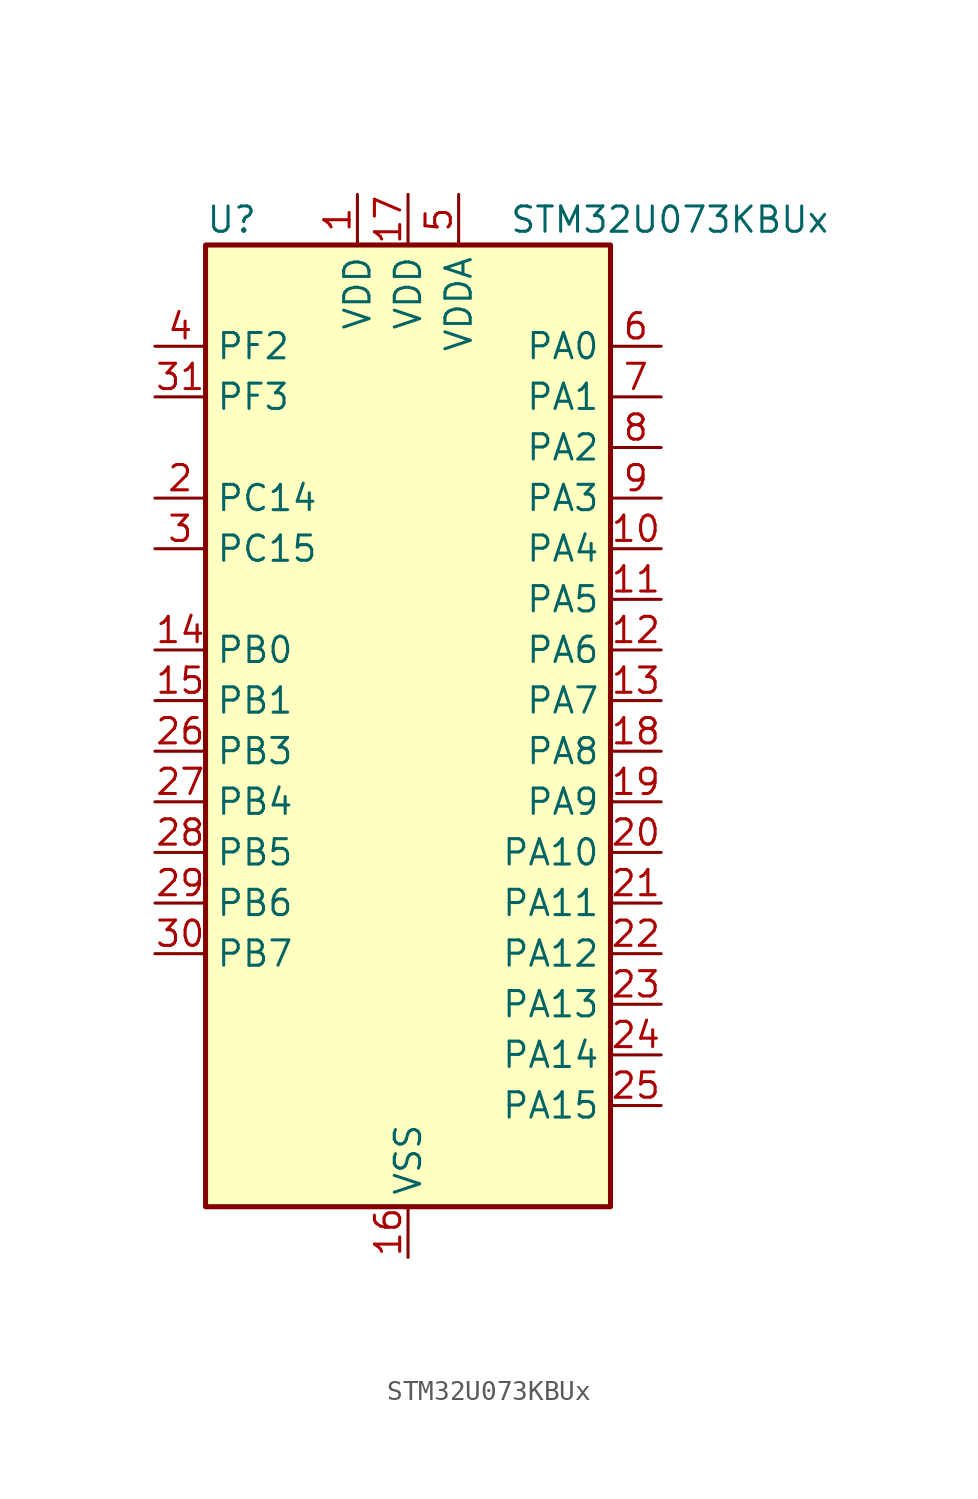
<source format=kicad_sym>
(kicad_symbol_lib
  (version 20241209)
  (generator "kicad_symbol_editor")
  (generator_version "9.0")
  (symbol "STM32U073KBUx"
    (property "Reference" "U"
      (at -10.16 26.67 0)
      (effects (font (size 1.27 1.27)) (justify left)))
    (property "Value" "STM32U073KBUx"
      (at 5.08 26.67 0)
      (effects (font (size 1.27 1.27)) (justify left)))
    (symbol "STM32U073KBUx_0_1"
      (rectangle (start -10.16 -22.86) (end 10.16 25.4) (stroke (width 0.254) (type default)) (fill (type background))))
    (symbol "STM32U073KBUx_1_1"
      (pin bidirectional line (at -12.7 20.32 0) (length 2.54) (name "PF2" (effects (font (size 1.27 1.27)))) (number "4" (effects (font (size 1.27 1.27)))) (alternate "RCC_MCO" bidirectional line))
      (pin bidirectional line (at -12.7 17.78 0) (length 2.54) (name "PF3" (effects (font (size 1.27 1.27)))) (number "31" (effects (font (size 1.27 1.27)))))
      (pin bidirectional line (at -12.7 12.7 0) (length 2.54) (name "PC14" (effects (font (size 1.27 1.27)))) (number "2" (effects (font (size 1.27 1.27)))) (alternate "RCC_OSC32_IN" bidirectional line))
      (pin bidirectional line (at -12.7 10.16 0) (length 2.54) (name "PC15" (effects (font (size 1.27 1.27)))) (number "3" (effects (font (size 1.27 1.27)))) (alternate "RCC_OSC32_EN" bidirectional line) (alternate "RCC_OSC32_OUT" bidirectional line) (alternate "RCC_OSC_EN" bidirectional line))
      (pin bidirectional line (at -12.7 5.08 0) (length 2.54) (name "PB0" (effects (font (size 1.27 1.27)))) (number "14" (effects (font (size 1.27 1.27)))) (alternate "ADC1_IN17" bidirectional line) (alternate "COMP1_OUT" bidirectional line) (alternate "LCD_SEG5" bidirectional line) (alternate "LPTIM3_CH1" bidirectional line) (alternate "LPUART2_CTS" bidirectional line) (alternate "SPI1_NSS" bidirectional line) (alternate "TIM1_CH2N" bidirectional line) (alternate "TIM3_CH3" bidirectional line) (alternate "TSC_G5_IO2" bidirectional line) (alternate "USART3_CK" bidirectional line))
      (pin bidirectional line (at -12.7 2.54 0) (length 2.54) (name "PB1" (effects (font (size 1.27 1.27)))) (number "15" (effects (font (size 1.27 1.27)))) (alternate "ADC1_IN18" bidirectional line) (alternate "COMP1_INM" bidirectional line) (alternate "LCD_SEG6" bidirectional line) (alternate "LPTIM2_IN1" bidirectional line) (alternate "LPTIM3_CH2" bidirectional line) (alternate "LPUART1_DE" bidirectional line) (alternate "LPUART1_RTS" bidirectional line) (alternate "LPUART2_DE" bidirectional line) (alternate "LPUART2_RTS" bidirectional line) (alternate "TIM1_CH3N" bidirectional line) (alternate "TIM3_CH4" bidirectional line) (alternate "TSC_SYNC" bidirectional line) (alternate "USART3_DE" bidirectional line) (alternate "USART3_RTS" bidirectional line))
      (pin bidirectional line (at -12.7 0 0) (length 2.54) (name "PB3" (effects (font (size 1.27 1.27)))) (number "26" (effects (font (size 1.27 1.27)))) (alternate "COMP2_INM" bidirectional line) (alternate "DEBUG_JTDO-SWO" bidirectional line) (alternate "I2C2_SCL" bidirectional line) (alternate "I2C3_SCL" bidirectional line) (alternate "LCD_SEG7" bidirectional line) (alternate "LPTIM1_CH3" bidirectional line) (alternate "SPI1_SCK" bidirectional line) (alternate "SPI3_SCK" bidirectional line) (alternate "TIM2_CH2" bidirectional line) (alternate "USART1_DE" bidirectional line) (alternate "USART1_RTS" bidirectional line))
      (pin bidirectional line (at -12.7 -2.54 0) (length 2.54) (name "PB4" (effects (font (size 1.27 1.27)))) (number "27" (effects (font (size 1.27 1.27)))) (alternate "COMP2_INP" bidirectional line) (alternate "I2C2_SDA" bidirectional line) (alternate "I2C3_SDA" bidirectional line) (alternate "LCD_SEG8" bidirectional line) (alternate "LPTIM1_CH4" bidirectional line) (alternate "LPUART3_DE" bidirectional line) (alternate "LPUART3_RTS" bidirectional line) (alternate "SPI1_MISO" bidirectional line) (alternate "SPI3_MISO" bidirectional line) (alternate "TIM3_CH1" bidirectional line) (alternate "TSC_G2_IO1" bidirectional line) (alternate "USART1_CTS" bidirectional line))
      (pin bidirectional line (at -12.7 -5.08 0) (length 2.54) (name "PB5" (effects (font (size 1.27 1.27)))) (number "28" (effects (font (size 1.27 1.27)))) (alternate "COMP2_OUT" bidirectional line) (alternate "LCD_SEG9" bidirectional line) (alternate "LPTIM1_IN1" bidirectional line) (alternate "LPUART3_CTS" bidirectional line) (alternate "SPI1_MOSI" bidirectional line) (alternate "SPI3_MOSI" bidirectional line) (alternate "TIM16_BKIN" bidirectional line) (alternate "TIM3_CH2" bidirectional line) (alternate "TSC_G2_IO2" bidirectional line) (alternate "USART1_CK" bidirectional line))
      (pin bidirectional line (at -12.7 -7.62 0) (length 2.54) (name "PB6" (effects (font (size 1.27 1.27)))) (number "29" (effects (font (size 1.27 1.27)))) (alternate "COMP2_INP" bidirectional line) (alternate "I2C1_SCL" bidirectional line) (alternate "I2C2_SCL" bidirectional line) (alternate "I2C4_SCL" bidirectional line) (alternate "LPTIM1_ETR" bidirectional line) (alternate "LPUART2_TX" bidirectional line) (alternate "LPUART3_TX" bidirectional line) (alternate "TIM16_CH1N" bidirectional line) (alternate "TSC_G2_IO3" bidirectional line) (alternate "USART1_TX" bidirectional line))
      (pin bidirectional line (at -12.7 -10.16 0) (length 2.54) (name "PB7" (effects (font (size 1.27 1.27)))) (number "30" (effects (font (size 1.27 1.27)))) (alternate "COMP2_INM" bidirectional line) (alternate "I2C1_SDA" bidirectional line) (alternate "I2C2_SDA" bidirectional line) (alternate "I2C4_SDA" bidirectional line) (alternate "LCD_SEG21" bidirectional line) (alternate "LPTIM1_IN2" bidirectional line) (alternate "LPUART2_RX" bidirectional line) (alternate "LPUART3_RX" bidirectional line) (alternate "PWR_PVD_IN" bidirectional line) (alternate "TSC_G2_IO4" bidirectional line) (alternate "USART1_RX" bidirectional line) (alternate "USART4_CTS" bidirectional line))
      (pin power_in line (at -2.54 27.94 270) (length 2.54) (name "VDD" (effects (font (size 1.27 1.27)))) (number "1" (effects (font (size 1.27 1.27)))))
      (pin power_in line (at 0 27.94 270) (length 2.54) (name "VDD" (effects (font (size 1.27 1.27)))) (number "17" (effects (font (size 1.27 1.27)))))
      (pin power_in line (at 0 -25.4 90) (length 2.54) (name "VSS" (effects (font (size 1.27 1.27)))) (number "16" (effects (font (size 1.27 1.27)))))
      (pin passive line (at 0 -25.4 90) (length 2.54) (hide yes) (name "VSS" (effects (font (size 1.27 1.27)))) (number "32" (effects (font (size 1.27 1.27)))))
      (pin passive line (at 0 -25.4 90) (length 2.54) (hide yes) (name "VSS" (effects (font (size 1.27 1.27)))) (number "33" (effects (font (size 1.27 1.27)))))
      (pin power_in line (at 2.54 27.94 270) (length 2.54) (name "VDDA" (effects (font (size 1.27 1.27)))) (number "5" (effects (font (size 1.27 1.27)))))
      (pin bidirectional line (at 12.7 20.32 180) (length 2.54) (name "PA0" (effects (font (size 1.27 1.27)))) (number "6" (effects (font (size 1.27 1.27)))) (alternate "ADC1_IN4" bidirectional line) (alternate "COMP1_INM" bidirectional line) (alternate "COMP1_OUT" bidirectional line) (alternate "LCD_SEG42" bidirectional line) (alternate "OPAMP1_VINP" bidirectional line) (alternate "PWR_WKUP1" bidirectional line) (alternate "TAMP_IN2" bidirectional line) (alternate "TIM2_CH1" bidirectional line) (alternate "TIM2_ETR" bidirectional line) (alternate "USART2_CTS" bidirectional line) (alternate "USART4_TX" bidirectional line))
      (pin bidirectional line (at 12.7 17.78 180) (length 2.54) (name "PA1" (effects (font (size 1.27 1.27)))) (number "7" (effects (font (size 1.27 1.27)))) (alternate "ADC1_IN5" bidirectional line) (alternate "COMP1_INP" bidirectional line) (alternate "LCD_SEG0" bidirectional line) (alternate "LPTIM1_CH2" bidirectional line) (alternate "OPAMP1_VINM" bidirectional line) (alternate "PWR_WKUP3" bidirectional line) (alternate "SPI1_SCK" bidirectional line) (alternate "SPI2_SCK" bidirectional line) (alternate "TAMP_IN5" bidirectional line) (alternate "TIM15_CH1N" bidirectional line) (alternate "TIM2_CH2" bidirectional line) (alternate "USART2_DE" bidirectional line) (alternate "USART2_RTS" bidirectional line) (alternate "USART4_RX" bidirectional line))
      (pin bidirectional line (at 12.7 15.24 180) (length 2.54) (name "PA2" (effects (font (size 1.27 1.27)))) (number "8" (effects (font (size 1.27 1.27)))) (alternate "ADC1_IN6" bidirectional line) (alternate "COMP2_INM" bidirectional line) (alternate "COMP2_OUT" bidirectional line) (alternate "LCD_SEG1" bidirectional line) (alternate "LPUART1_TX" bidirectional line) (alternate "PWR_WKUP4" bidirectional line) (alternate "RCC_LSCO" bidirectional line) (alternate "TIM15_CH1" bidirectional line) (alternate "TIM2_CH3" bidirectional line) (alternate "USART2_TX" bidirectional line))
      (pin bidirectional line (at 12.7 12.7 180) (length 2.54) (name "PA3" (effects (font (size 1.27 1.27)))) (number "9" (effects (font (size 1.27 1.27)))) (alternate "ADC1_IN7" bidirectional line) (alternate "COMP2_INP" bidirectional line) (alternate "LCD_SEG2" bidirectional line) (alternate "LPUART1_RX" bidirectional line) (alternate "OPAMP1_VOUT" bidirectional line) (alternate "TIM15_CH2" bidirectional line) (alternate "TIM2_CH4" bidirectional line) (alternate "USART2_RX" bidirectional line))
      (pin bidirectional line (at 12.7 10.16 180) (length 2.54) (name "PA4" (effects (font (size 1.27 1.27)))) (number "10" (effects (font (size 1.27 1.27)))) (alternate "ADC1_IN8" bidirectional line) (alternate "COMP1_INM" bidirectional line) (alternate "COMP2_INM" bidirectional line) (alternate "DAC1_OUT1" bidirectional line) (alternate "LCD_SEG43" bidirectional line) (alternate "LPTIM2_CH1" bidirectional line) (alternate "LPUART3_TX" bidirectional line) (alternate "SPI1_NSS" bidirectional line) (alternate "SPI3_NSS" bidirectional line) (alternate "USART2_CK" bidirectional line))
      (pin bidirectional line (at 12.7 7.62 180) (length 2.54) (name "PA5" (effects (font (size 1.27 1.27)))) (number "11" (effects (font (size 1.27 1.27)))) (alternate "ADC1_IN9" bidirectional line) (alternate "COMP1_INM" bidirectional line) (alternate "COMP2_INM" bidirectional line) (alternate "LCD_SEG44" bidirectional line) (alternate "LPTIM2_ETR" bidirectional line) (alternate "LPUART3_RX" bidirectional line) (alternate "SPI1_SCK" bidirectional line) (alternate "TIM2_CH1" bidirectional line) (alternate "TIM2_ETR" bidirectional line) (alternate "USART3_TX" bidirectional line))
      (pin bidirectional line (at 12.7 5.08 180) (length 2.54) (name "PA6" (effects (font (size 1.27 1.27)))) (number "12" (effects (font (size 1.27 1.27)))) (alternate "ADC1_IN10" bidirectional line) (alternate "COMP1_OUT" bidirectional line) (alternate "I2C2_SDA" bidirectional line) (alternate "I2C3_SDA" bidirectional line) (alternate "LCD_SEG3" bidirectional line) (alternate "LPUART1_CTS" bidirectional line) (alternate "SPI1_MISO" bidirectional line) (alternate "TIM16_CH1" bidirectional line) (alternate "TIM1_BKIN" bidirectional line) (alternate "TIM3_CH1" bidirectional line) (alternate "TSC_G5_IO1" bidirectional line) (alternate "USART3_CTS" bidirectional line))
      (pin bidirectional line (at 12.7 2.54 180) (length 2.54) (name "PA7" (effects (font (size 1.27 1.27)))) (number "13" (effects (font (size 1.27 1.27)))) (alternate "ADC1_IN14" bidirectional line) (alternate "COMP2_OUT" bidirectional line) (alternate "I2C2_SCL" bidirectional line) (alternate "I2C3_SCL" bidirectional line) (alternate "LCD_SEG4" bidirectional line) (alternate "LPTIM2_CH2" bidirectional line) (alternate "SPI1_MOSI" bidirectional line) (alternate "TIM1_CH1N" bidirectional line) (alternate "TIM3_CH2" bidirectional line) (alternate "USART3_RX" bidirectional line))
      (pin bidirectional line (at 12.7 0 180) (length 2.54) (name "PA8" (effects (font (size 1.27 1.27)))) (number "18" (effects (font (size 1.27 1.27)))) (alternate "LCD_COM0" bidirectional line) (alternate "LPTIM2_CH1" bidirectional line) (alternate "RCC_MCO" bidirectional line) (alternate "RCC_MCO2" bidirectional line) (alternate "TIM1_CH1" bidirectional line) (alternate "TSC_G7_IO1" bidirectional line) (alternate "USART1_CK" bidirectional line))
      (pin bidirectional line (at 12.7 -2.54 180) (length 2.54) (name "PA9" (effects (font (size 1.27 1.27)))) (number "19" (effects (font (size 1.27 1.27)))) (alternate "COMP1_INP" bidirectional line) (alternate "DAC1_EXTI9" bidirectional line) (alternate "I2C1_SCL" bidirectional line) (alternate "I2C2_SCL" bidirectional line) (alternate "LCD_COM1" bidirectional line) (alternate "RCC_MCO" bidirectional line) (alternate "TIM15_BKIN" bidirectional line) (alternate "TIM1_CH2" bidirectional line) (alternate "TSC_G7_IO2" bidirectional line) (alternate "USART1_TX" bidirectional line))
      (pin bidirectional line (at 12.7 -5.08 180) (length 2.54) (name "PA10" (effects (font (size 1.27 1.27)))) (number "20" (effects (font (size 1.27 1.27)))) (alternate "CRS_SYNC" bidirectional line) (alternate "I2C1_SDA" bidirectional line) (alternate "I2C2_SDA" bidirectional line) (alternate "LCD_COM2" bidirectional line) (alternate "RCC_MCO2" bidirectional line) (alternate "SPI2_NSS" bidirectional line) (alternate "TIM1_CH3" bidirectional line) (alternate "TSC_G7_IO3" bidirectional line) (alternate "USART1_RX" bidirectional line))
      (pin bidirectional line (at 12.7 -7.62 180) (length 2.54) (name "PA11" (effects (font (size 1.27 1.27)))) (number "21" (effects (font (size 1.27 1.27)))) (alternate "ADC1_EXTI11" bidirectional line) (alternate "COMP1_OUT" bidirectional line) (alternate "SPI1_MISO" bidirectional line) (alternate "SPI2_MISO" bidirectional line) (alternate "TIM1_BKIN2" bidirectional line) (alternate "TIM1_CH4" bidirectional line) (alternate "USART1_CTS" bidirectional line) (alternate "USB_DM" bidirectional line))
      (pin bidirectional line (at 12.7 -10.16 180) (length 2.54) (name "PA12" (effects (font (size 1.27 1.27)))) (number "22" (effects (font (size 1.27 1.27)))) (alternate "SPI1_MOSI" bidirectional line) (alternate "SPI2_MOSI" bidirectional line) (alternate "TIM1_ETR" bidirectional line) (alternate "USART1_DE" bidirectional line) (alternate "USART1_RTS" bidirectional line) (alternate "USB_DP" bidirectional line))
      (pin bidirectional line (at 12.7 -12.7 180) (length 2.54) (name "PA13" (effects (font (size 1.27 1.27)))) (number "23" (effects (font (size 1.27 1.27)))) (alternate "DEBUG_JTMS-SWDIO" bidirectional line) (alternate "IR_OUT" bidirectional line) (alternate "LCD_SEG40" bidirectional line) (alternate "TSC_G7_IO4" bidirectional line) (alternate "USB_NOE" bidirectional line))
      (pin bidirectional line (at 12.7 -15.24 180) (length 2.54) (name "PA14" (effects (font (size 1.27 1.27)))) (number "24" (effects (font (size 1.27 1.27)))) (alternate "DEBUG_JTCK-SWCLK" bidirectional line) (alternate "LCD_SEG41" bidirectional line) (alternate "LPTIM1_CH1" bidirectional line) (alternate "TSC_G3_IO4" bidirectional line))
      (pin bidirectional line (at 12.7 -17.78 180) (length 2.54) (name "PA15" (effects (font (size 1.27 1.27)))) (number "25" (effects (font (size 1.27 1.27)))) (alternate "DEBUG_JTDI" bidirectional line) (alternate "LCD_SEG17" bidirectional line) (alternate "LPTIM3_CH3" bidirectional line) (alternate "LPTIM3_IN2" bidirectional line) (alternate "SPI1_NSS" bidirectional line) (alternate "SPI3_NSS" bidirectional line) (alternate "TIM2_CH1" bidirectional line) (alternate "TIM2_ETR" bidirectional line) (alternate "TSC_G3_IO1" bidirectional line) (alternate "USART2_RX" bidirectional line) (alternate "USART3_DE" bidirectional line) (alternate "USART3_RTS" bidirectional line) (alternate "USART4_DE" bidirectional line) (alternate "USART4_RTS" bidirectional line)))))
</source>
